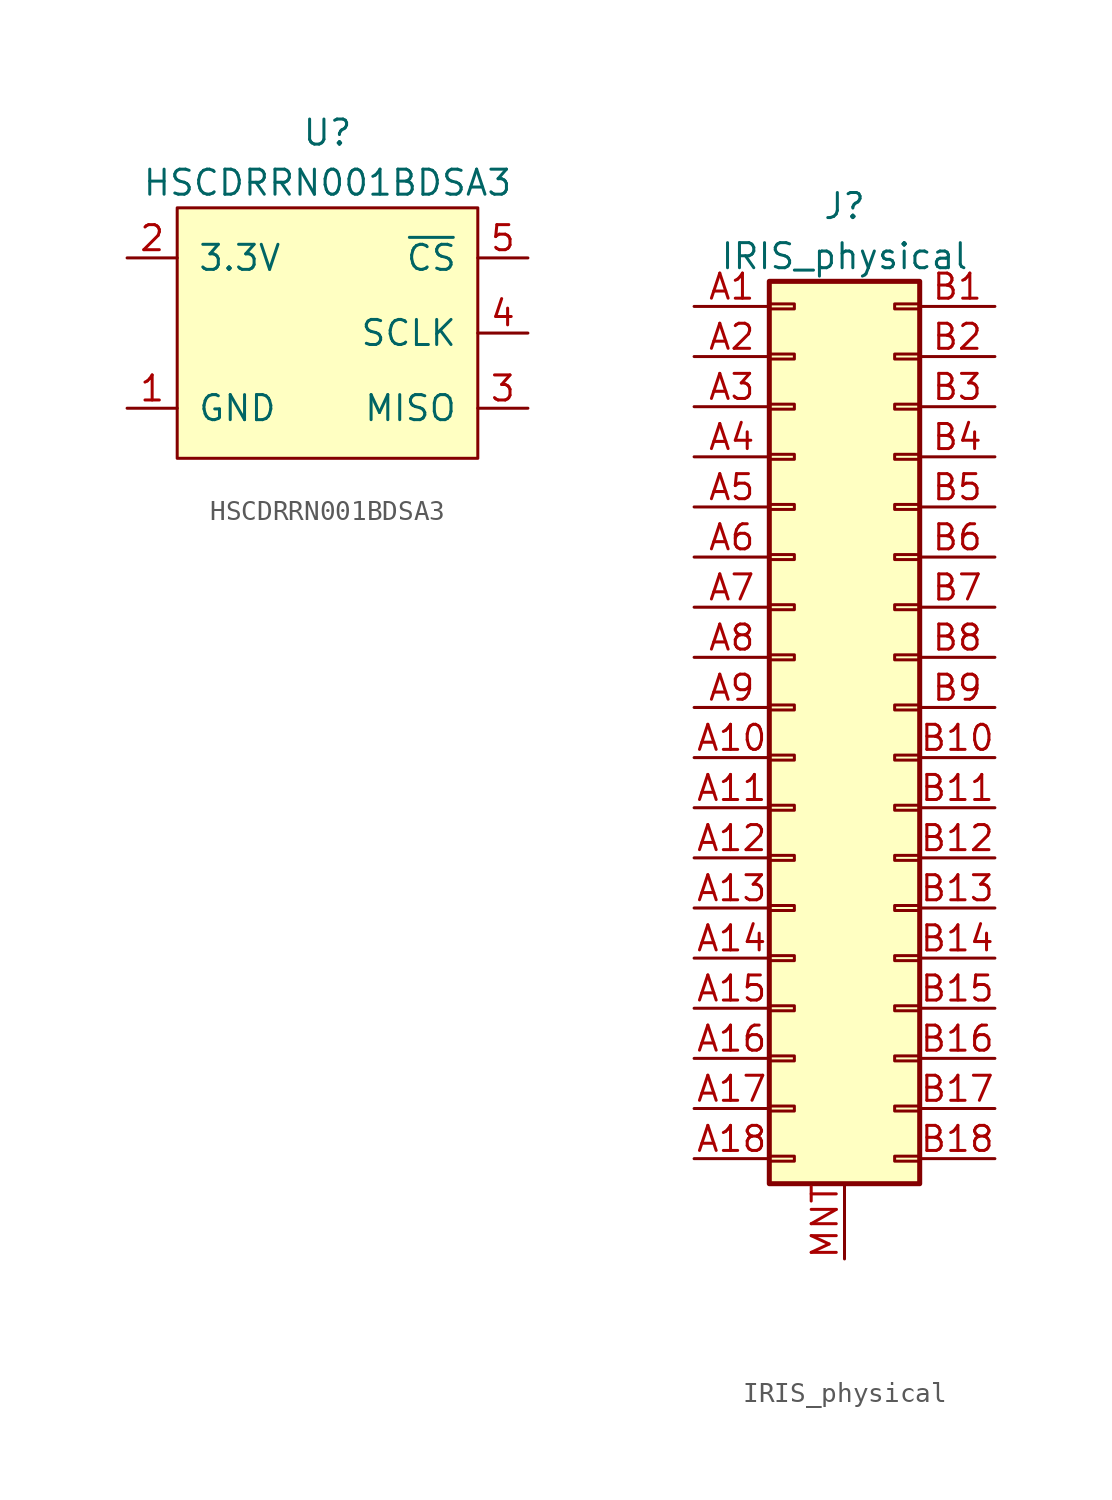
<source format=kicad_sym>
(kicad_symbol_lib
  (version 20211014)
  (generator kicad_symbol_editor)
  (symbol "HSCDRRN001BDSA3"
    (pin_names
      (offset 1.016))
    (property "Reference" "U"
      (at 0 10.16 0)
      (effects (font (size 1.27 1.27))))
    (property "Value" "HSCDRRN001BDSA3"
      (at 0 7.62 0)
      (effects (font (size 1.27 1.27))))
    (symbol "HSCDRRN001BDSA3_0_1"
      (rectangle (start 7.62 6.35) (end -7.62 -6.35) (stroke (width 0) (type default) (color 0 0 0 0)) (fill (type background))))
    (symbol "HSCDRRN001BDSA3_1_1"
      (pin power_in line (at -10.16 -3.81 0) (length 2.54) (name "GND" (effects (font (size 1.27 1.27)))) (number "1" (effects (font (size 1.27 1.27)))))
      (pin power_in line (at -10.16 3.81 0) (length 2.54) (name "3.3V" (effects (font (size 1.27 1.27)))) (number "2" (effects (font (size 1.27 1.27)))))
      (pin output line (at 10.16 -3.81 180) (length 2.54) (name "MISO" (effects (font (size 1.27 1.27)))) (number "3" (effects (font (size 1.27 1.27)))))
      (pin input line (at 10.16 0 180) (length 2.54) (name "SCLK" (effects (font (size 1.27 1.27)))) (number "4" (effects (font (size 1.27 1.27)))))
      (pin input line (at 10.16 3.81 180) (length 2.54) (name "~{CS}" (effects (font (size 1.27 1.27)))) (number "5" (effects (font (size 1.27 1.27)))))
      (pin no_connect line (at -1.27 2.54 0) (length 2.54) hide (name "NC" (effects (font (size 1.27 1.27)))) (number "6" (effects (font (size 1.27 1.27)))))
      (pin no_connect line (at -1.27 0 0) (length 2.54) hide (name "NC" (effects (font (size 1.27 1.27)))) (number "7" (effects (font (size 1.27 1.27)))))
      (pin no_connect line (at -1.27 -2.54 0) (length 2.54) hide (name "NC" (effects (font (size 1.27 1.27)))) (number "8" (effects (font (size 1.27 1.27)))))))
  (symbol "IRIS_physical"
    (pin_names
      (offset 1.016) hide)
    (property "Reference" "J"
      (at 0 26.67 0)
      (effects (font (size 1.27 1.27))))
    (property "Value" "IRIS_physical"
      (at 0 24.13 0)
      (effects (font (size 1.27 1.27))))
    (symbol "IRIS_physical_0_1"
      (rectangle (start -3.81 22.86) (end 3.81 -22.86) (stroke (width 0.254) (type default) (color 0 0 0 0)) (fill (type background))))
    (symbol "IRIS_physical_1_1"
      (rectangle (start -3.81 -21.463) (end -2.54 -21.717) (stroke (width 0.152) (type default) (color 0 0 0 0)) (fill (type none)))
      (rectangle (start -3.81 -18.923) (end -2.54 -19.177) (stroke (width 0.152) (type default) (color 0 0 0 0)) (fill (type none)))
      (rectangle (start -3.81 -16.383) (end -2.54 -16.637) (stroke (width 0.152) (type default) (color 0 0 0 0)) (fill (type none)))
      (rectangle (start -3.81 -13.843) (end -2.54 -14.097) (stroke (width 0.152) (type default) (color 0 0 0 0)) (fill (type none)))
      (rectangle (start -3.81 -11.303) (end -2.54 -11.557) (stroke (width 0.152) (type default) (color 0 0 0 0)) (fill (type none)))
      (rectangle (start -3.81 -8.763) (end -2.54 -9.017) (stroke (width 0.152) (type default) (color 0 0 0 0)) (fill (type none)))
      (rectangle (start -3.81 -6.223) (end -2.54 -6.477) (stroke (width 0.152) (type default) (color 0 0 0 0)) (fill (type none)))
      (rectangle (start -3.81 -3.683) (end -2.54 -3.937) (stroke (width 0.152) (type default) (color 0 0 0 0)) (fill (type none)))
      (rectangle (start -3.81 -1.143) (end -2.54 -1.397) (stroke (width 0.152) (type default) (color 0 0 0 0)) (fill (type none)))
      (rectangle (start -3.81 1.397) (end -2.54 1.143) (stroke (width 0.152) (type default) (color 0 0 0 0)) (fill (type none)))
      (rectangle (start -3.81 3.937) (end -2.54 3.683) (stroke (width 0.152) (type default) (color 0 0 0 0)) (fill (type none)))
      (rectangle (start -3.81 6.477) (end -2.54 6.223) (stroke (width 0.152) (type default) (color 0 0 0 0)) (fill (type none)))
      (rectangle (start -3.81 9.017) (end -2.54 8.763) (stroke (width 0.152) (type default) (color 0 0 0 0)) (fill (type none)))
      (rectangle (start -3.81 11.557) (end -2.54 11.303) (stroke (width 0.152) (type default) (color 0 0 0 0)) (fill (type none)))
      (rectangle (start -3.81 14.097) (end -2.54 13.843) (stroke (width 0.152) (type default) (color 0 0 0 0)) (fill (type none)))
      (rectangle (start -3.81 16.637) (end -2.54 16.383) (stroke (width 0.152) (type default) (color 0 0 0 0)) (fill (type none)))
      (rectangle (start -3.81 19.177) (end -2.54 18.923) (stroke (width 0.152) (type default) (color 0 0 0 0)) (fill (type none)))
      (rectangle (start -3.81 21.717) (end -2.54 21.463) (stroke (width 0.152) (type default) (color 0 0 0 0)) (fill (type none)))
      (rectangle (start 3.81 -21.463) (end 2.54 -21.717) (stroke (width 0.152) (type default) (color 0 0 0 0)) (fill (type none)))
      (rectangle (start 3.81 -18.923) (end 2.54 -19.177) (stroke (width 0.152) (type default) (color 0 0 0 0)) (fill (type none)))
      (rectangle (start 3.81 -16.383) (end 2.54 -16.637) (stroke (width 0.152) (type default) (color 0 0 0 0)) (fill (type none)))
      (rectangle (start 3.81 -13.843) (end 2.54 -14.097) (stroke (width 0.152) (type default) (color 0 0 0 0)) (fill (type none)))
      (rectangle (start 3.81 -11.303) (end 2.54 -11.557) (stroke (width 0.152) (type default) (color 0 0 0 0)) (fill (type none)))
      (rectangle (start 3.81 -8.763) (end 2.54 -9.017) (stroke (width 0.152) (type default) (color 0 0 0 0)) (fill (type none)))
      (rectangle (start 3.81 -6.223) (end 2.54 -6.477) (stroke (width 0.152) (type default) (color 0 0 0 0)) (fill (type none)))
      (rectangle (start 3.81 -3.683) (end 2.54 -3.937) (stroke (width 0.152) (type default) (color 0 0 0 0)) (fill (type none)))
      (rectangle (start 3.81 -1.143) (end 2.54 -1.397) (stroke (width 0.152) (type default) (color 0 0 0 0)) (fill (type none)))
      (rectangle (start 3.81 1.397) (end 2.54 1.143) (stroke (width 0.152) (type default) (color 0 0 0 0)) (fill (type none)))
      (rectangle (start 3.81 3.937) (end 2.54 3.683) (stroke (width 0.152) (type default) (color 0 0 0 0)) (fill (type none)))
      (rectangle (start 3.81 6.477) (end 2.54 6.223) (stroke (width 0.152) (type default) (color 0 0 0 0)) (fill (type none)))
      (rectangle (start 3.81 9.017) (end 2.54 8.763) (stroke (width 0.152) (type default) (color 0 0 0 0)) (fill (type none)))
      (rectangle (start 3.81 11.557) (end 2.54 11.303) (stroke (width 0.152) (type default) (color 0 0 0 0)) (fill (type none)))
      (rectangle (start 3.81 14.097) (end 2.54 13.843) (stroke (width 0.152) (type default) (color 0 0 0 0)) (fill (type none)))
      (rectangle (start 3.81 16.637) (end 2.54 16.383) (stroke (width 0.152) (type default) (color 0 0 0 0)) (fill (type none)))
      (rectangle (start 3.81 19.177) (end 2.54 18.923) (stroke (width 0.152) (type default) (color 0 0 0 0)) (fill (type none)))
      (rectangle (start 3.81 21.717) (end 2.54 21.463) (stroke (width 0.152) (type default) (color 0 0 0 0)) (fill (type none)))
      (pin passive line (at -7.62 21.59 0) (length 3.81) (name "Pin_a1" (effects (font (size 1.27 1.27)))) (number "A1" (effects (font (size 1.27 1.27)))))
      (pin passive line (at -7.62 -1.27 0) (length 3.81) (name "Pin_a10" (effects (font (size 1.27 1.27)))) (number "A10" (effects (font (size 1.27 1.27)))))
      (pin passive line (at -7.62 -3.81 0) (length 3.81) (name "Pin_a11" (effects (font (size 1.27 1.27)))) (number "A11" (effects (font (size 1.27 1.27)))))
      (pin passive line (at -7.62 -6.35 0) (length 3.81) (name "Pin_a12" (effects (font (size 1.27 1.27)))) (number "A12" (effects (font (size 1.27 1.27)))))
      (pin passive line (at -7.62 -8.89 0) (length 3.81) (name "Pin_a13" (effects (font (size 1.27 1.27)))) (number "A13" (effects (font (size 1.27 1.27)))))
      (pin passive line (at -7.62 -11.43 0) (length 3.81) (name "Pin_a14" (effects (font (size 1.27 1.27)))) (number "A14" (effects (font (size 1.27 1.27)))))
      (pin passive line (at -7.62 -13.97 0) (length 3.81) (name "Pin_a15" (effects (font (size 1.27 1.27)))) (number "A15" (effects (font (size 1.27 1.27)))))
      (pin passive line (at -7.62 -16.51 0) (length 3.81) (name "Pin_a16" (effects (font (size 1.27 1.27)))) (number "A16" (effects (font (size 1.27 1.27)))))
      (pin passive line (at -7.62 -19.05 0) (length 3.81) (name "Pin_a17" (effects (font (size 1.27 1.27)))) (number "A17" (effects (font (size 1.27 1.27)))))
      (pin passive line (at -7.62 -21.59 0) (length 3.81) (name "Pin_a18" (effects (font (size 1.27 1.27)))) (number "A18" (effects (font (size 1.27 1.27)))))
      (pin passive line (at -7.62 19.05 0) (length 3.81) (name "Pin_a2" (effects (font (size 1.27 1.27)))) (number "A2" (effects (font (size 1.27 1.27)))))
      (pin passive line (at -7.62 16.51 0) (length 3.81) (name "Pin_a3" (effects (font (size 1.27 1.27)))) (number "A3" (effects (font (size 1.27 1.27)))))
      (pin passive line (at -7.62 13.97 0) (length 3.81) (name "Pin_a4" (effects (font (size 1.27 1.27)))) (number "A4" (effects (font (size 1.27 1.27)))))
      (pin passive line (at -7.62 11.43 0) (length 3.81) (name "Pin_a5" (effects (font (size 1.27 1.27)))) (number "A5" (effects (font (size 1.27 1.27)))))
      (pin passive line (at -7.62 8.89 0) (length 3.81) (name "Pin_a6" (effects (font (size 1.27 1.27)))) (number "A6" (effects (font (size 1.27 1.27)))))
      (pin passive line (at -7.62 6.35 0) (length 3.81) (name "Pin_a7" (effects (font (size 1.27 1.27)))) (number "A7" (effects (font (size 1.27 1.27)))))
      (pin passive line (at -7.62 3.81 0) (length 3.81) (name "Pin_a8" (effects (font (size 1.27 1.27)))) (number "A8" (effects (font (size 1.27 1.27)))))
      (pin passive line (at -7.62 1.27 0) (length 3.81) (name "Pin_a9" (effects (font (size 1.27 1.27)))) (number "A9" (effects (font (size 1.27 1.27)))))
      (pin passive line (at 7.62 21.59 180) (length 3.81) (name "Pin_b1" (effects (font (size 1.27 1.27)))) (number "B1" (effects (font (size 1.27 1.27)))))
      (pin passive line (at 7.62 -1.27 180) (length 3.81) (name "Pin_b10" (effects (font (size 1.27 1.27)))) (number "B10" (effects (font (size 1.27 1.27)))))
      (pin passive line (at 7.62 -3.81 180) (length 3.81) (name "Pin_b11" (effects (font (size 1.27 1.27)))) (number "B11" (effects (font (size 1.27 1.27)))))
      (pin passive line (at 7.62 -6.35 180) (length 3.81) (name "Pin_b12" (effects (font (size 1.27 1.27)))) (number "B12" (effects (font (size 1.27 1.27)))))
      (pin passive line (at 7.62 -8.89 180) (length 3.81) (name "Pin_b13" (effects (font (size 1.27 1.27)))) (number "B13" (effects (font (size 1.27 1.27)))))
      (pin passive line (at 7.62 -11.43 180) (length 3.81) (name "Pin_b14" (effects (font (size 1.27 1.27)))) (number "B14" (effects (font (size 1.27 1.27)))))
      (pin passive line (at 7.62 -13.97 180) (length 3.81) (name "Pin_b15" (effects (font (size 1.27 1.27)))) (number "B15" (effects (font (size 1.27 1.27)))))
      (pin passive line (at 7.62 -16.51 180) (length 3.81) (name "Pin_b16" (effects (font (size 1.27 1.27)))) (number "B16" (effects (font (size 1.27 1.27)))))
      (pin passive line (at 7.62 -19.05 180) (length 3.81) (name "Pin_b17" (effects (font (size 1.27 1.27)))) (number "B17" (effects (font (size 1.27 1.27)))))
      (pin passive line (at 7.62 -21.59 180) (length 3.81) (name "Pin_b18" (effects (font (size 1.27 1.27)))) (number "B18" (effects (font (size 1.27 1.27)))))
      (pin passive line (at 7.62 19.05 180) (length 3.81) (name "Pin_b2" (effects (font (size 1.27 1.27)))) (number "B2" (effects (font (size 1.27 1.27)))))
      (pin passive line (at 7.62 16.51 180) (length 3.81) (name "Pin_b3" (effects (font (size 1.27 1.27)))) (number "B3" (effects (font (size 1.27 1.27)))))
      (pin passive line (at 7.62 13.97 180) (length 3.81) (name "Pin_b4" (effects (font (size 1.27 1.27)))) (number "B4" (effects (font (size 1.27 1.27)))))
      (pin passive line (at 7.62 11.43 180) (length 3.81) (name "Pin_b5" (effects (font (size 1.27 1.27)))) (number "B5" (effects (font (size 1.27 1.27)))))
      (pin passive line (at 7.62 8.89 180) (length 3.81) (name "Pin_b6" (effects (font (size 1.27 1.27)))) (number "B6" (effects (font (size 1.27 1.27)))))
      (pin passive line (at 7.62 6.35 180) (length 3.81) (name "Pin_b7" (effects (font (size 1.27 1.27)))) (number "B7" (effects (font (size 1.27 1.27)))))
      (pin passive line (at 7.62 3.81 180) (length 3.81) (name "Pin_b8" (effects (font (size 1.27 1.27)))) (number "B8" (effects (font (size 1.27 1.27)))))
      (pin passive line (at 7.62 1.27 180) (length 3.81) (name "Pin_b9" (effects (font (size 1.27 1.27)))) (number "B9" (effects (font (size 1.27 1.27)))))
      (pin input line (at 0 -26.67 90) (length 3.81) (name "~" (effects (font (size 1.27 1.27)))) (number "MNT" (effects (font (size 1.27 1.27))))))))
</source>
